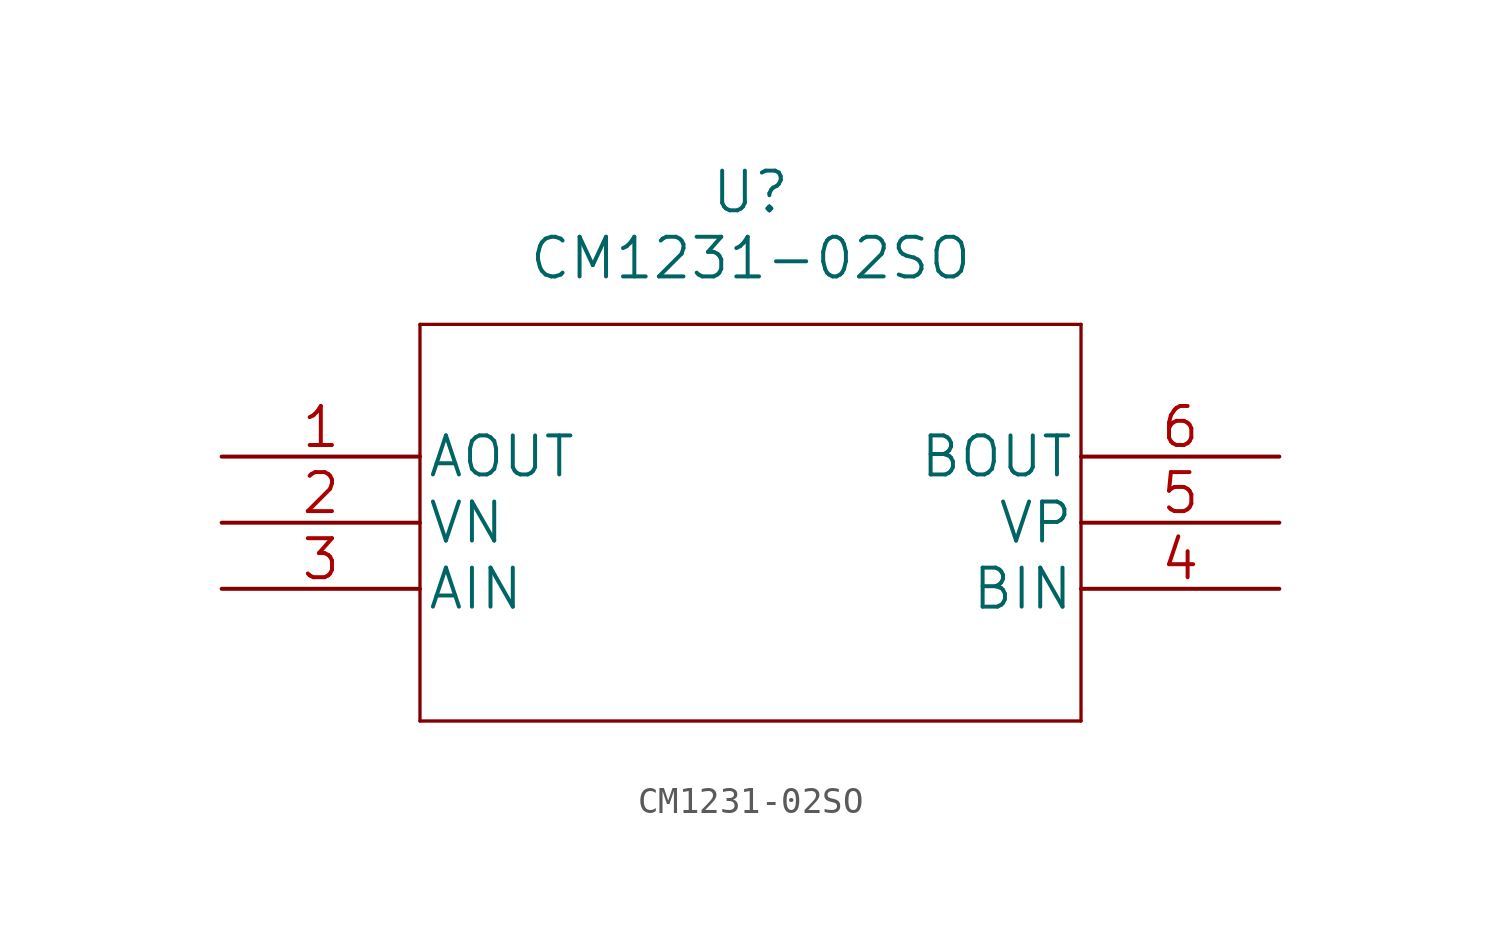
<source format=kicad_sym>
(kicad_symbol_lib
  (version 20211014)
  (generator kicad_symbol_editor)
  (symbol "CM1231-02SO"
    (pin_names
      (offset 0.254))
    (property "Reference" "U"
      (at 20.32 10.16 0)
      (effects (font (size 1.524 1.524))))
    (property "Value" "CM1231-02SO"
      (at 20.32 7.62 0)
      (effects (font (size 1.524 1.524))))
    (property "Datasheet" ""
      (at 0 0 0)
      (effects (font (size 1.524 1.524))))
    (property "ki_locked" ""
      (at 0 0 0)
      (effects (font (size 1.27 1.27))))
    (symbol "CM1231-02SO_1_1"
      (polyline (pts (xy 7.62 -10.16) (xy 33.02 -10.16)) (stroke (width 0.127) (type default) (color 0 0 0 0)) (fill (type none)))
      (polyline (pts (xy 7.62 5.08) (xy 7.62 -10.16)) (stroke (width 0.127) (type default) (color 0 0 0 0)) (fill (type none)))
      (polyline (pts (xy 33.02 -10.16) (xy 33.02 5.08)) (stroke (width 0.127) (type default) (color 0 0 0 0)) (fill (type none)))
      (polyline (pts (xy 33.02 5.08) (xy 7.62 5.08)) (stroke (width 0.127) (type default) (color 0 0 0 0)) (fill (type none)))
      (pin output line (at 0 0 0) (length 7.62) (name "AOUT" (effects (font (size 1.499 1.499)))) (number "1" (effects (font (size 1.499 1.499)))))
      (pin unspecified line (at 0 -2.54 0) (length 7.62) (name "VN" (effects (font (size 1.499 1.499)))) (number "2" (effects (font (size 1.499 1.499)))))
      (pin bidirectional line (at 0 -5.08 0) (length 7.62) (name "AIN" (effects (font (size 1.499 1.499)))) (number "3" (effects (font (size 1.499 1.499)))))
      (pin bidirectional line (at 40.64 -5.08 180) (length 7.62) (name "BIN" (effects (font (size 1.499 1.499)))) (number "4" (effects (font (size 1.499 1.499)))))
      (pin unspecified line (at 40.64 -2.54 180) (length 7.62) (name "VP" (effects (font (size 1.499 1.499)))) (number "5" (effects (font (size 1.499 1.499)))))
      (pin output line (at 40.64 0 180) (length 7.62) (name "BOUT" (effects (font (size 1.499 1.499)))) (number "6" (effects (font (size 1.499 1.499))))))))
</source>
